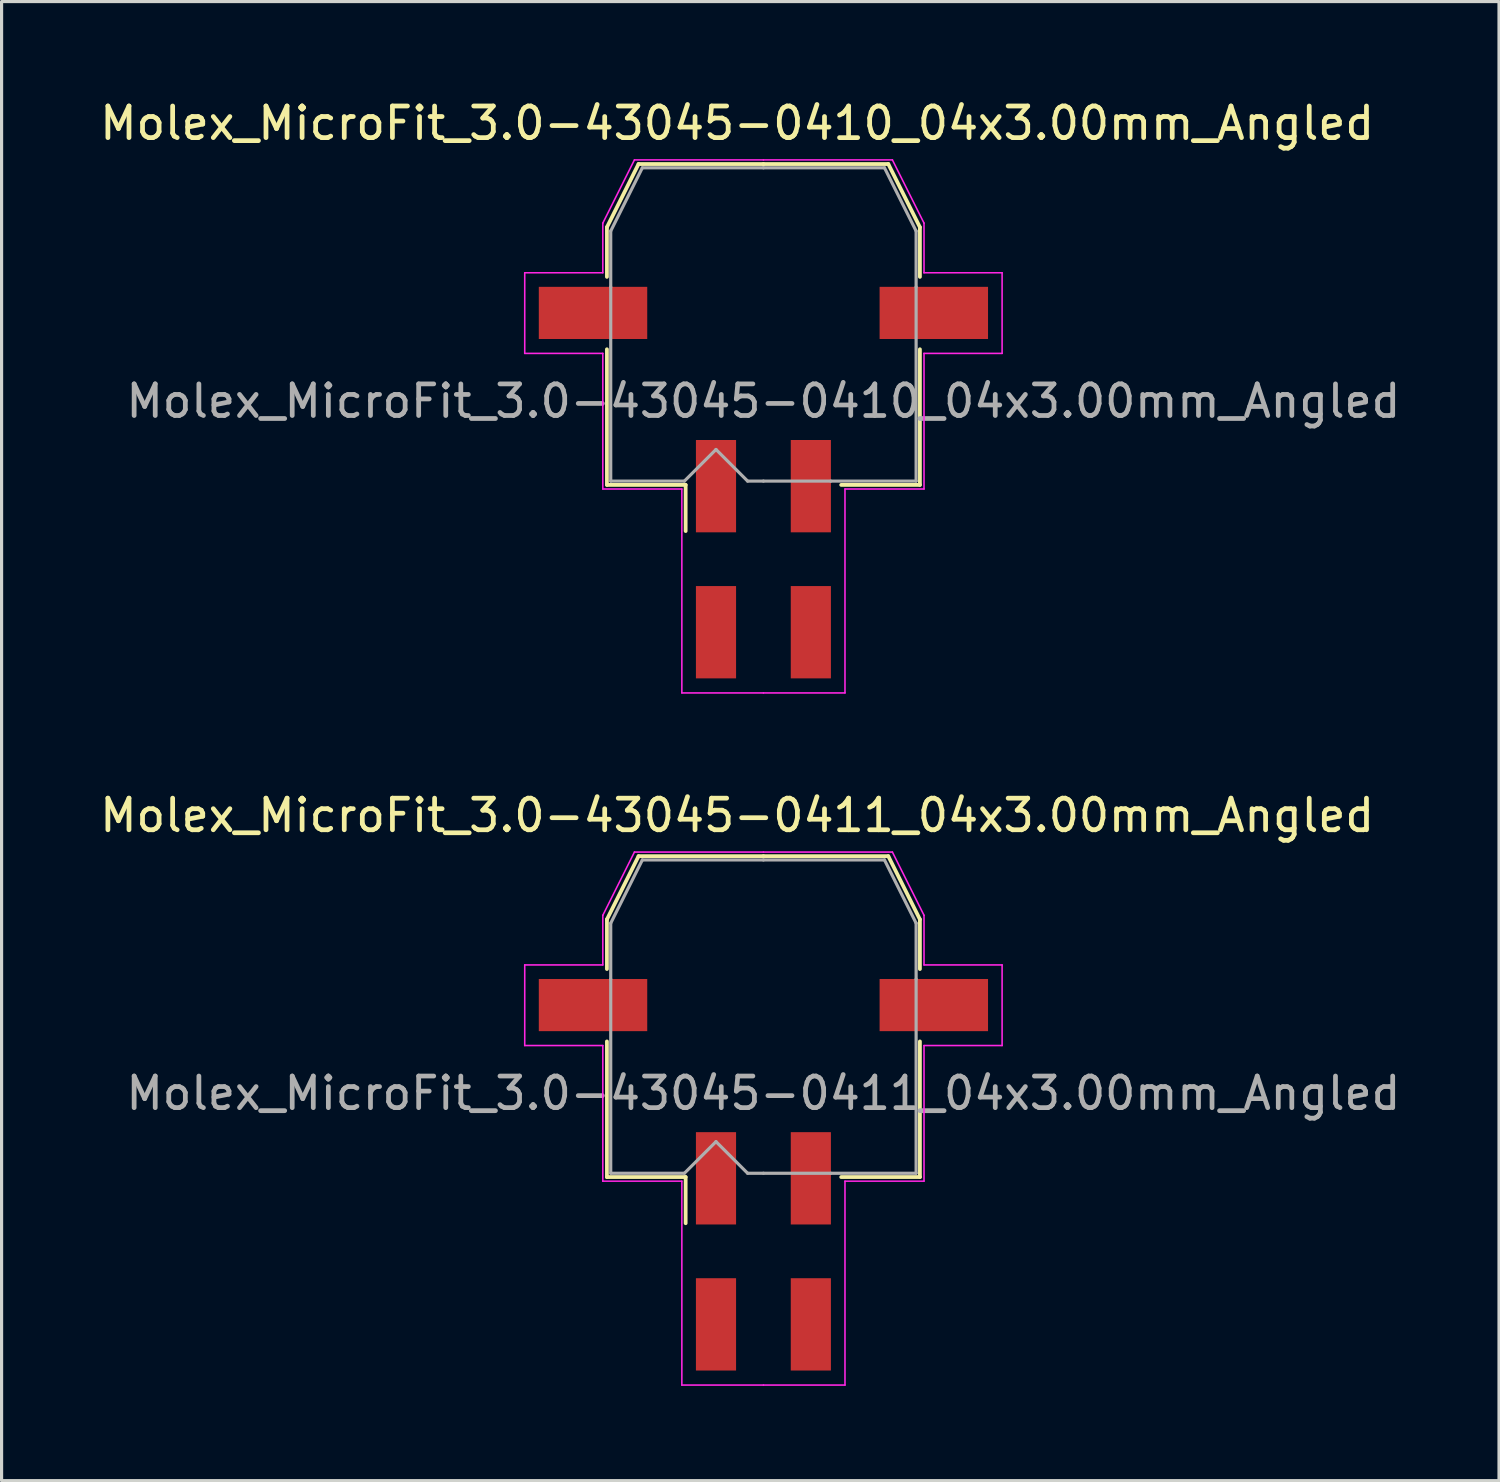
<source format=kicad_pcb>
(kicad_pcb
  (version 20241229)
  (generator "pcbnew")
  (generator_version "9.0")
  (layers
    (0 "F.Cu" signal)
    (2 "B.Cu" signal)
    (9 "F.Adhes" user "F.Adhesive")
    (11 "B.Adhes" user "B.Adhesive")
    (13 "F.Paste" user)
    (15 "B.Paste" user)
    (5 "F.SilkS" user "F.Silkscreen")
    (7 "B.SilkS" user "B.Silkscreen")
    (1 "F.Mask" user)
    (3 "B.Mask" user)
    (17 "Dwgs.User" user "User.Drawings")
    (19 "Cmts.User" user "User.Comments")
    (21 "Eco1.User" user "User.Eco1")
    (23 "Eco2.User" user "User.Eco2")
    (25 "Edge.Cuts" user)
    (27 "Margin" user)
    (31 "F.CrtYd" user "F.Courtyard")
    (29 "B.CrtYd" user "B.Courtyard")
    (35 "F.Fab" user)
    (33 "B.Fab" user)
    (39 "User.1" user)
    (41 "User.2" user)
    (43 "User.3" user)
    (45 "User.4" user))
  (footprint "Molex_MicroFit_3.0-43045-0410_04x3.00mm_Angled"
    (layer "F.Cu")
    (at 21.098 14.638)
    (property "Reference" "Molex_MicroFit_3.0-43045-0410_04x3.00mm_Angled" (at -0.83 -13.79 0) (layer "F.SilkS") (effects (font (size 1 1) (thickness 0.15))))
    (attr smd)
    (fp_line (start -4.95 -10.5) (end -4.95 -8.93) (stroke (width 0.12) (type solid)) (layer "F.SilkS"))
    (fp_line (start -4.95 -6.64) (end -4.95 -2.35) (stroke (width 0.12) (type solid)) (layer "F.SilkS"))
    (fp_line (start -4.95 -2.35) (end -2.46 -2.35) (stroke (width 0.12) (type solid)) (layer "F.SilkS"))
    (fp_line (start -3.95 -12.5) (end -4.95 -10.5) (stroke (width 0.12) (type solid)) (layer "F.SilkS"))
    (fp_line (start -2.46 -2.35) (end -2.46 -0.89) (stroke (width 0.12) (type solid)) (layer "F.SilkS"))
    (fp_line (start 0 -12.5) (end -3.95 -12.5) (stroke (width 0.12) (type solid)) (layer "F.SilkS"))
    (fp_line (start 0 -12.5) (end 3.95 -12.5) (stroke (width 0.12) (type solid)) (layer "F.SilkS"))
    (fp_line (start 3.95 -12.5) (end 4.95 -10.5) (stroke (width 0.12) (type solid)) (layer "F.SilkS"))
    (fp_line (start 4.95 -10.5) (end 4.95 -8.93) (stroke (width 0.12) (type solid)) (layer "F.SilkS"))
    (fp_line (start 4.95 -6.64) (end 4.95 -2.35) (stroke (width 0.12) (type solid)) (layer "F.SilkS"))
    (fp_line (start 4.95 -2.35) (end 2.46 -2.35) (stroke (width 0.12) (type solid)) (layer "F.SilkS"))
    (fp_line (start -7.55 -9.06) (end -7.55 -6.51) (stroke (width 0.05) (type solid)) (layer "F.CrtYd"))
    (fp_line (start -7.55 -6.51) (end -5.08 -6.51) (stroke (width 0.05) (type solid)) (layer "F.CrtYd"))
    (fp_line (start -5.08 -10.63) (end -5.08 -9.06) (stroke (width 0.05) (type solid)) (layer "F.CrtYd"))
    (fp_line (start -5.08 -9.06) (end -7.55 -9.06) (stroke (width 0.05) (type solid)) (layer "F.CrtYd"))
    (fp_line (start -5.08 -6.51) (end -5.08 -2.22) (stroke (width 0.05) (type solid)) (layer "F.CrtYd"))
    (fp_line (start -5.08 -2.22) (end -2.58 -2.22) (stroke (width 0.05) (type solid)) (layer "F.CrtYd"))
    (fp_line (start -4.08 -12.63) (end -5.08 -10.63) (stroke (width 0.05) (type solid)) (layer "F.CrtYd"))
    (fp_line (start -2.58 -2.22) (end -2.58 4.23) (stroke (width 0.05) (type solid)) (layer "F.CrtYd"))
    (fp_line (start -2.58 4.23) (end 0 4.23) (stroke (width 0.05) (type solid)) (layer "F.CrtYd"))
    (fp_line (start 0 -12.63) (end -4.08 -12.63) (stroke (width 0.05) (type solid)) (layer "F.CrtYd"))
    (fp_line (start 0 -12.63) (end 4.08 -12.63) (stroke (width 0.05) (type solid)) (layer "F.CrtYd"))
    (fp_line (start 2.58 -2.22) (end 2.58 4.23) (stroke (width 0.05) (type solid)) (layer "F.CrtYd"))
    (fp_line (start 2.58 4.23) (end 0 4.23) (stroke (width 0.05) (type solid)) (layer "F.CrtYd"))
    (fp_line (start 4.08 -12.63) (end 5.08 -10.63) (stroke (width 0.05) (type solid)) (layer "F.CrtYd"))
    (fp_line (start 5.08 -10.63) (end 5.08 -9.06) (stroke (width 0.05) (type solid)) (layer "F.CrtYd"))
    (fp_line (start 5.08 -9.06) (end 7.55 -9.06) (stroke (width 0.05) (type solid)) (layer "F.CrtYd"))
    (fp_line (start 5.08 -6.51) (end 5.08 -2.22) (stroke (width 0.05) (type solid)) (layer "F.CrtYd"))
    (fp_line (start 5.08 -2.22) (end 2.58 -2.22) (stroke (width 0.05) (type solid)) (layer "F.CrtYd"))
    (fp_line (start 7.55 -9.06) (end 7.55 -6.51) (stroke (width 0.05) (type solid)) (layer "F.CrtYd"))
    (fp_line (start 7.55 -6.51) (end 5.08 -6.51) (stroke (width 0.05) (type solid)) (layer "F.CrtYd"))
    (fp_line (start -4.83 -10.38) (end -4.83 -8.61) (stroke (width 0.1) (type solid)) (layer "F.Fab"))
    (fp_line (start -4.83 -8.61) (end -4.83 -2.47) (stroke (width 0.1) (type solid)) (layer "F.Fab"))
    (fp_line (start -4.83 -2.47) (end -2.5 -2.47) (stroke (width 0.1) (type solid)) (layer "F.Fab"))
    (fp_line (start -3.83 -12.38) (end -4.83 -10.38) (stroke (width 0.1) (type solid)) (layer "F.Fab"))
    (fp_line (start -2.5 -2.47) (end -1.5 -3.47) (stroke (width 0.1) (type solid)) (layer "F.Fab"))
    (fp_line (start -1.5 -3.47) (end -0.5 -2.47) (stroke (width 0.1) (type solid)) (layer "F.Fab"))
    (fp_line (start -0.5 -2.47) (end 0 -2.47) (stroke (width 0.1) (type solid)) (layer "F.Fab"))
    (fp_line (start 0 -12.38) (end -3.83 -12.38) (stroke (width 0.1) (type solid)) (layer "F.Fab"))
    (fp_line (start 0 -12.38) (end 3.83 -12.38) (stroke (width 0.1) (type solid)) (layer "F.Fab"))
    (fp_line (start 2.13 -2.47) (end 0 -2.47) (stroke (width 0.1) (type solid)) (layer "F.Fab"))
    (fp_line (start 3.83 -12.38) (end 4.83 -10.38) (stroke (width 0.1) (type solid)) (layer "F.Fab"))
    (fp_line (start 4.83 -10.38) (end 4.83 -8.61) (stroke (width 0.1) (type solid)) (layer "F.Fab"))
    (fp_line (start 4.83 -8.61) (end 4.83 -2.47) (stroke (width 0.1) (type solid)) (layer "F.Fab"))
    (fp_line (start 4.83 -2.47) (end 2.13 -2.47) (stroke (width 0.1) (type solid)) (layer "F.Fab"))
    (fp_text user "${REFERENCE}" (at 0 -5 0) (layer "F.Fab") (effects (font (size 1 1) (thickness 0.15))))
    (pad "" smd rect (at -5.39 -7.79) (size 3.43 1.65) (layers "F.Cu" "F.Mask" "F.Paste"))
    (pad "" smd rect (at 5.39 -7.79) (size 3.43 1.65) (layers "F.Cu" "F.Mask" "F.Paste"))
    (pad "1" smd rect (at -1.5 -2.31) (size 1.27 2.92) (layers "F.Cu" "F.Mask" "F.Paste"))
    (pad "2" smd rect (at 1.5 -2.31) (size 1.27 2.92) (layers "F.Cu" "F.Mask" "F.Paste"))
    (pad "3" smd rect (at 1.5 2.31) (size 1.27 2.92) (layers "F.Cu" "F.Mask" "F.Paste"))
    (pad "4" smd rect (at -1.5 2.31) (size 1.27 2.92) (layers "F.Cu" "F.Mask" "F.Paste")))
  (footprint "Molex_MicroFit_3.0-43045-0411_04x3.00mm_Angled"
    (layer "F.Cu")
    (at 21.098 36.532)
    (property "Reference" "Molex_MicroFit_3.0-43045-0411_04x3.00mm_Angled" (at -0.83 -13.79 0) (layer "F.SilkS") (effects (font (size 1 1) (thickness 0.15))))
    (attr smd)
    (fp_line (start -4.95 -10.5) (end -4.95 -8.93) (stroke (width 0.12) (type solid)) (layer "F.SilkS"))
    (fp_line (start -4.95 -6.64) (end -4.95 -2.35) (stroke (width 0.12) (type solid)) (layer "F.SilkS"))
    (fp_line (start -4.95 -2.35) (end -2.46 -2.35) (stroke (width 0.12) (type solid)) (layer "F.SilkS"))
    (fp_line (start -3.95 -12.5) (end -4.95 -10.5) (stroke (width 0.12) (type solid)) (layer "F.SilkS"))
    (fp_line (start -2.46 -2.35) (end -2.46 -0.89) (stroke (width 0.12) (type solid)) (layer "F.SilkS"))
    (fp_line (start 0 -12.5) (end -3.95 -12.5) (stroke (width 0.12) (type solid)) (layer "F.SilkS"))
    (fp_line (start 0 -12.5) (end 3.95 -12.5) (stroke (width 0.12) (type solid)) (layer "F.SilkS"))
    (fp_line (start 3.95 -12.5) (end 4.95 -10.5) (stroke (width 0.12) (type solid)) (layer "F.SilkS"))
    (fp_line (start 4.95 -10.5) (end 4.95 -8.93) (stroke (width 0.12) (type solid)) (layer "F.SilkS"))
    (fp_line (start 4.95 -6.64) (end 4.95 -2.35) (stroke (width 0.12) (type solid)) (layer "F.SilkS"))
    (fp_line (start 4.95 -2.35) (end 2.46 -2.35) (stroke (width 0.12) (type solid)) (layer "F.SilkS"))
    (fp_line (start -7.55 -9.06) (end -7.55 -6.51) (stroke (width 0.05) (type solid)) (layer "F.CrtYd"))
    (fp_line (start -7.55 -6.51) (end -5.08 -6.51) (stroke (width 0.05) (type solid)) (layer "F.CrtYd"))
    (fp_line (start -5.08 -10.63) (end -5.08 -9.06) (stroke (width 0.05) (type solid)) (layer "F.CrtYd"))
    (fp_line (start -5.08 -9.06) (end -7.55 -9.06) (stroke (width 0.05) (type solid)) (layer "F.CrtYd"))
    (fp_line (start -5.08 -6.51) (end -5.08 -2.22) (stroke (width 0.05) (type solid)) (layer "F.CrtYd"))
    (fp_line (start -5.08 -2.22) (end -2.58 -2.22) (stroke (width 0.05) (type solid)) (layer "F.CrtYd"))
    (fp_line (start -4.08 -12.63) (end -5.08 -10.63) (stroke (width 0.05) (type solid)) (layer "F.CrtYd"))
    (fp_line (start -2.58 -2.22) (end -2.58 4.23) (stroke (width 0.05) (type solid)) (layer "F.CrtYd"))
    (fp_line (start -2.58 4.23) (end 0 4.23) (stroke (width 0.05) (type solid)) (layer "F.CrtYd"))
    (fp_line (start 0 -12.63) (end -4.08 -12.63) (stroke (width 0.05) (type solid)) (layer "F.CrtYd"))
    (fp_line (start 0 -12.63) (end 4.08 -12.63) (stroke (width 0.05) (type solid)) (layer "F.CrtYd"))
    (fp_line (start 2.58 -2.22) (end 2.58 4.23) (stroke (width 0.05) (type solid)) (layer "F.CrtYd"))
    (fp_line (start 2.58 4.23) (end 0 4.23) (stroke (width 0.05) (type solid)) (layer "F.CrtYd"))
    (fp_line (start 4.08 -12.63) (end 5.08 -10.63) (stroke (width 0.05) (type solid)) (layer "F.CrtYd"))
    (fp_line (start 5.08 -10.63) (end 5.08 -9.06) (stroke (width 0.05) (type solid)) (layer "F.CrtYd"))
    (fp_line (start 5.08 -9.06) (end 7.55 -9.06) (stroke (width 0.05) (type solid)) (layer "F.CrtYd"))
    (fp_line (start 5.08 -6.51) (end 5.08 -2.22) (stroke (width 0.05) (type solid)) (layer "F.CrtYd"))
    (fp_line (start 5.08 -2.22) (end 2.58 -2.22) (stroke (width 0.05) (type solid)) (layer "F.CrtYd"))
    (fp_line (start 7.55 -9.06) (end 7.55 -6.51) (stroke (width 0.05) (type solid)) (layer "F.CrtYd"))
    (fp_line (start 7.55 -6.51) (end 5.08 -6.51) (stroke (width 0.05) (type solid)) (layer "F.CrtYd"))
    (fp_line (start -4.83 -10.38) (end -4.83 -8.61) (stroke (width 0.1) (type solid)) (layer "F.Fab"))
    (fp_line (start -4.83 -8.61) (end -4.83 -2.47) (stroke (width 0.1) (type solid)) (layer "F.Fab"))
    (fp_line (start -4.83 -2.47) (end -2.5 -2.47) (stroke (width 0.1) (type solid)) (layer "F.Fab"))
    (fp_line (start -3.83 -12.38) (end -4.83 -10.38) (stroke (width 0.1) (type solid)) (layer "F.Fab"))
    (fp_line (start -2.5 -2.47) (end -1.5 -3.47) (stroke (width 0.1) (type solid)) (layer "F.Fab"))
    (fp_line (start -1.5 -3.47) (end -0.5 -2.47) (stroke (width 0.1) (type solid)) (layer "F.Fab"))
    (fp_line (start -0.5 -2.47) (end 0 -2.47) (stroke (width 0.1) (type solid)) (layer "F.Fab"))
    (fp_line (start 0 -12.38) (end -3.83 -12.38) (stroke (width 0.1) (type solid)) (layer "F.Fab"))
    (fp_line (start 0 -12.38) (end 3.83 -12.38) (stroke (width 0.1) (type solid)) (layer "F.Fab"))
    (fp_line (start 2.13 -2.47) (end 0 -2.47) (stroke (width 0.1) (type solid)) (layer "F.Fab"))
    (fp_line (start 3.83 -12.38) (end 4.83 -10.38) (stroke (width 0.1) (type solid)) (layer "F.Fab"))
    (fp_line (start 4.83 -10.38) (end 4.83 -8.61) (stroke (width 0.1) (type solid)) (layer "F.Fab"))
    (fp_line (start 4.83 -8.61) (end 4.83 -2.47) (stroke (width 0.1) (type solid)) (layer "F.Fab"))
    (fp_line (start 4.83 -2.47) (end 2.13 -2.47) (stroke (width 0.1) (type solid)) (layer "F.Fab"))
    (fp_text user "${REFERENCE}" (at 0 -5 0) (layer "F.Fab") (effects (font (size 1 1) (thickness 0.15))))
    (pad "" smd rect (at -5.39 -7.79) (size 3.43 1.65) (layers "F.Cu" "F.Mask" "F.Paste"))
    (pad "" smd rect (at 5.39 -7.79) (size 3.43 1.65) (layers "F.Cu" "F.Mask" "F.Paste"))
    (pad "1" smd rect (at -1.5 -2.31) (size 1.27 2.92) (layers "F.Cu" "F.Mask" "F.Paste"))
    (pad "2" smd rect (at 1.5 -2.31) (size 1.27 2.92) (layers "F.Cu" "F.Mask" "F.Paste"))
    (pad "3" smd rect (at 1.5 2.31) (size 1.27 2.92) (layers "F.Cu" "F.Mask" "F.Paste"))
    (pad "4" smd rect (at -1.5 2.31) (size 1.27 2.92) (layers "F.Cu" "F.Mask" "F.Paste")))
  (gr_rect
    (start -3 -3)
    (end 44.366 43.786)
    (stroke (width 0.1) (type default))
    (fill no)
    (layer "Edge.Cuts")))
</source>
